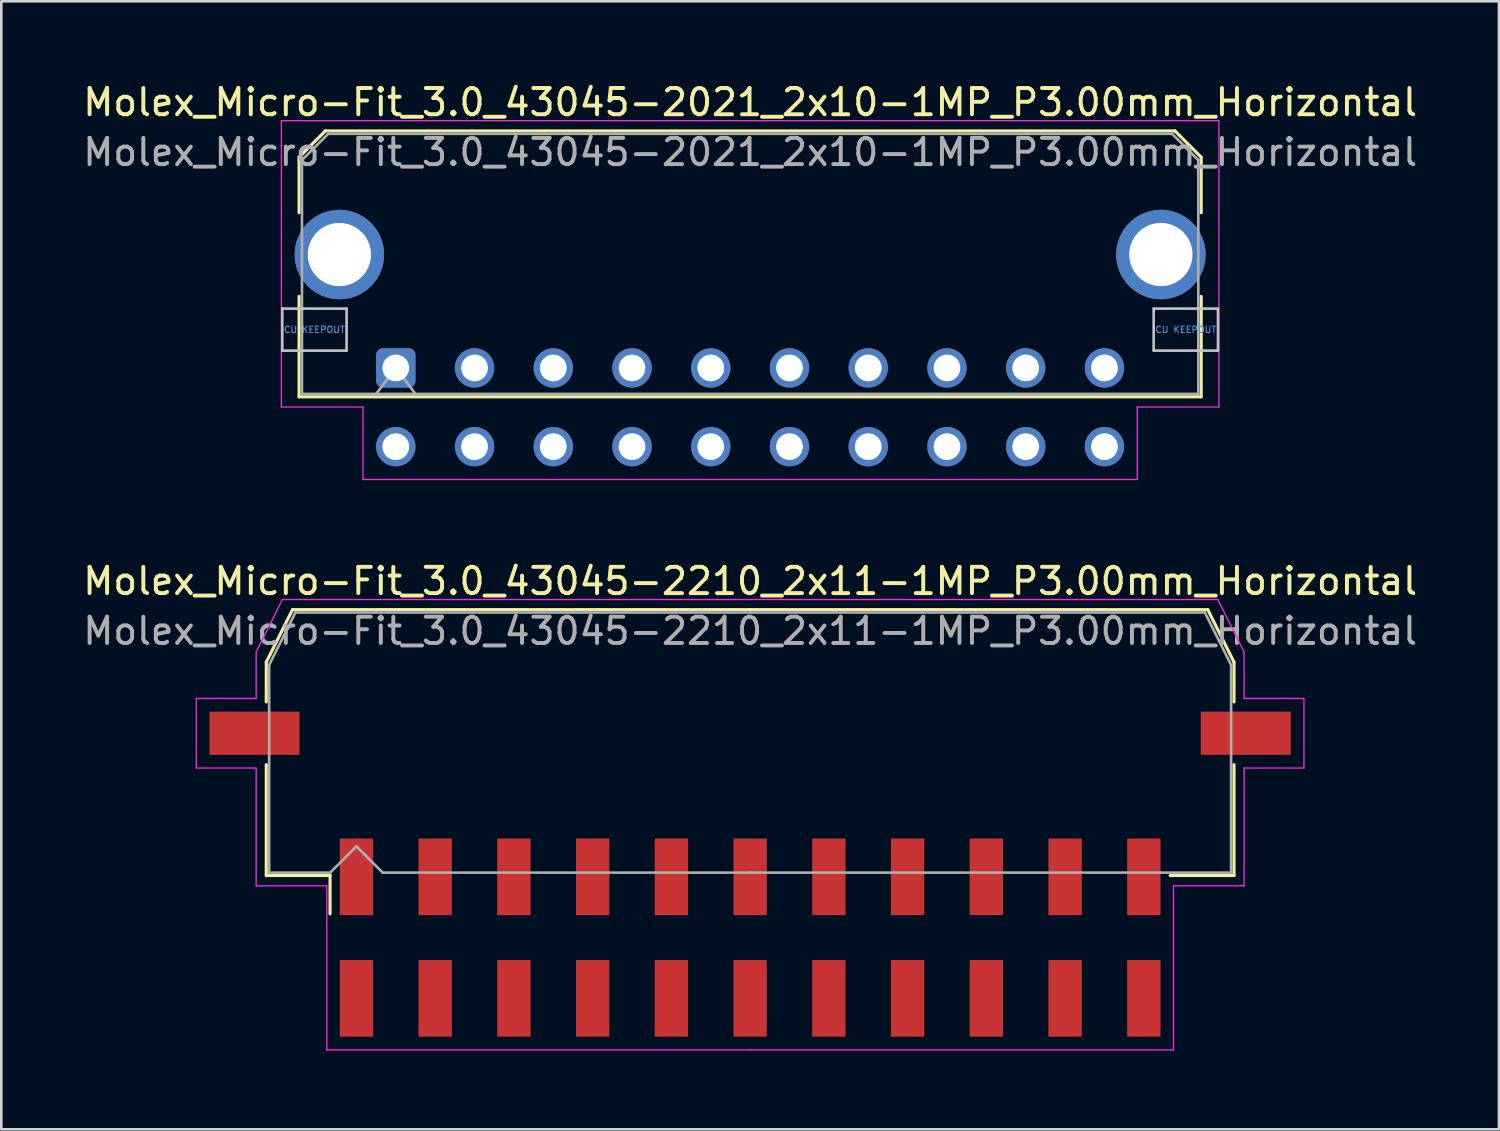
<source format=kicad_pcb>
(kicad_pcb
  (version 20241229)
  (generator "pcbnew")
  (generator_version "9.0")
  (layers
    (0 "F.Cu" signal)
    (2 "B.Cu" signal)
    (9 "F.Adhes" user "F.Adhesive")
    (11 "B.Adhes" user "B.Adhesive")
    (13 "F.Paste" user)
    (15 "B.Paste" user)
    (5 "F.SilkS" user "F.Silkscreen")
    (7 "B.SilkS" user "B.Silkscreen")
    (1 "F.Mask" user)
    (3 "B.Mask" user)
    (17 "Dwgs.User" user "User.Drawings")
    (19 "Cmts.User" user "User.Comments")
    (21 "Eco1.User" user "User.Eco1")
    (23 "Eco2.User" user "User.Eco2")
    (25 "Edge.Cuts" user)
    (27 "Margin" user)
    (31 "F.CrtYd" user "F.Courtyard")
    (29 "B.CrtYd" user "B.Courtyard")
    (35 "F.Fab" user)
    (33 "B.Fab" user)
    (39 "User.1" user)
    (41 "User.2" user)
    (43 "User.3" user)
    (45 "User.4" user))
  (footprint "Molex_Micro-Fit_3.0_43045-2210_2x11-1MP_P3.00mm_Horizontal"
    (layer "F.Cu")
    (at 25.53 32.672)
    (property "Reference" "Molex_Micro-Fit_3.0_43045-2210_2x11-1MP_P3.00mm_Horizontal" (at 0 -13.58 0) (layer "F.SilkS") (effects (font (size 1 1) (thickness 0.15))))
    (attr smd)
    (fp_line (start -18.435 -10.495) (end -18.435 -8.98) (stroke (width 0.12) (type solid)) (layer "F.SilkS"))
    (fp_line (start -18.435 -6.59) (end -18.435 -2.365) (stroke (width 0.12) (type solid)) (layer "F.SilkS"))
    (fp_line (start -18.435 -2.365) (end -16.005 -2.365) (stroke (width 0.12) (type solid)) (layer "F.SilkS"))
    (fp_line (start -17.435 -12.495) (end -18.435 -10.495) (stroke (width 0.12) (type solid)) (layer "F.SilkS"))
    (fp_line (start -16.005 -2.365) (end -16.005 -0.905) (stroke (width 0.12) (type solid)) (layer "F.SilkS"))
    (fp_line (start 0 -12.495) (end -17.435 -12.495) (stroke (width 0.12) (type solid)) (layer "F.SilkS"))
    (fp_line (start 0 -12.495) (end 17.435 -12.495) (stroke (width 0.12) (type solid)) (layer "F.SilkS"))
    (fp_line (start 17.435 -12.495) (end 18.435 -10.495) (stroke (width 0.12) (type solid)) (layer "F.SilkS"))
    (fp_line (start 18.435 -10.495) (end 18.435 -8.98) (stroke (width 0.12) (type solid)) (layer "F.SilkS"))
    (fp_line (start 18.435 -6.59) (end 18.435 -2.365) (stroke (width 0.12) (type solid)) (layer "F.SilkS"))
    (fp_line (start 18.435 -2.365) (end 16.005 -2.365) (stroke (width 0.12) (type solid)) (layer "F.SilkS"))
    (fp_line (start -21.1 -9.11) (end -21.1 -6.46) (stroke (width 0.05) (type solid)) (layer "F.CrtYd"))
    (fp_line (start -21.1 -6.46) (end -18.82 -6.46) (stroke (width 0.05) (type solid)) (layer "F.CrtYd"))
    (fp_line (start -18.82 -10.88) (end -18.82 -9.11) (stroke (width 0.05) (type solid)) (layer "F.CrtYd"))
    (fp_line (start -18.82 -9.11) (end -21.1 -9.11) (stroke (width 0.05) (type solid)) (layer "F.CrtYd"))
    (fp_line (start -18.82 -6.46) (end -18.82 -1.97) (stroke (width 0.05) (type solid)) (layer "F.CrtYd"))
    (fp_line (start -18.82 -1.97) (end -16.13 -1.97) (stroke (width 0.05) (type solid)) (layer "F.CrtYd"))
    (fp_line (start -17.82 -12.88) (end -18.82 -10.88) (stroke (width 0.05) (type solid)) (layer "F.CrtYd"))
    (fp_line (start -16.13 -1.97) (end -16.13 4.28) (stroke (width 0.05) (type solid)) (layer "F.CrtYd"))
    (fp_line (start -16.13 4.28) (end 0 4.28) (stroke (width 0.05) (type solid)) (layer "F.CrtYd"))
    (fp_line (start 0 -12.88) (end -17.82 -12.88) (stroke (width 0.05) (type solid)) (layer "F.CrtYd"))
    (fp_line (start 0 -12.88) (end 17.82 -12.88) (stroke (width 0.05) (type solid)) (layer "F.CrtYd"))
    (fp_line (start 16.13 -1.97) (end 16.13 4.28) (stroke (width 0.05) (type solid)) (layer "F.CrtYd"))
    (fp_line (start 16.13 4.28) (end 0 4.28) (stroke (width 0.05) (type solid)) (layer "F.CrtYd"))
    (fp_line (start 17.82 -12.88) (end 18.82 -10.88) (stroke (width 0.05) (type solid)) (layer "F.CrtYd"))
    (fp_line (start 18.82 -10.88) (end 18.82 -9.11) (stroke (width 0.05) (type solid)) (layer "F.CrtYd"))
    (fp_line (start 18.82 -9.11) (end 21.1 -9.11) (stroke (width 0.05) (type solid)) (layer "F.CrtYd"))
    (fp_line (start 18.82 -6.46) (end 18.82 -1.97) (stroke (width 0.05) (type solid)) (layer "F.CrtYd"))
    (fp_line (start 18.82 -1.97) (end 16.13 -1.97) (stroke (width 0.05) (type solid)) (layer "F.CrtYd"))
    (fp_line (start 21.1 -9.11) (end 21.1 -6.46) (stroke (width 0.05) (type solid)) (layer "F.CrtYd"))
    (fp_line (start 21.1 -6.46) (end 18.82 -6.46) (stroke (width 0.05) (type solid)) (layer "F.CrtYd"))
    (fp_line (start -18.325 -10.385) (end -18.325 -8.61) (stroke (width 0.1) (type solid)) (layer "F.Fab"))
    (fp_line (start -18.325 -8.61) (end -18.325 -2.475) (stroke (width 0.1) (type solid)) (layer "F.Fab"))
    (fp_line (start -18.325 -2.475) (end -16 -2.475) (stroke (width 0.1) (type solid)) (layer "F.Fab"))
    (fp_line (start -17.325 -12.385) (end -18.325 -10.385) (stroke (width 0.1) (type solid)) (layer "F.Fab"))
    (fp_line (start -16 -2.475) (end -15 -3.475) (stroke (width 0.1) (type solid)) (layer "F.Fab"))
    (fp_line (start -15 -3.475) (end -14 -2.475) (stroke (width 0.1) (type solid)) (layer "F.Fab"))
    (fp_line (start -14 -2.475) (end 0 -2.475) (stroke (width 0.1) (type solid)) (layer "F.Fab"))
    (fp_line (start 0 -12.385) (end -17.325 -12.385) (stroke (width 0.1) (type solid)) (layer "F.Fab"))
    (fp_line (start 0 -12.385) (end 17.325 -12.385) (stroke (width 0.1) (type solid)) (layer "F.Fab"))
    (fp_line (start 15.635 -2.475) (end 0 -2.475) (stroke (width 0.1) (type solid)) (layer "F.Fab"))
    (fp_line (start 17.325 -12.385) (end 18.325 -10.385) (stroke (width 0.1) (type solid)) (layer "F.Fab"))
    (fp_line (start 18.325 -10.385) (end 18.325 -8.61) (stroke (width 0.1) (type solid)) (layer "F.Fab"))
    (fp_line (start 18.325 -8.61) (end 18.325 -2.475) (stroke (width 0.1) (type solid)) (layer "F.Fab"))
    (fp_line (start 18.325 -2.475) (end 15.635 -2.475) (stroke (width 0.1) (type solid)) (layer "F.Fab"))
    (fp_text user "${REFERENCE}" (at 0 -11.68 0) (layer "F.Fab") (effects (font (size 1 1) (thickness 0.15))))
    (pad "1" smd rect (at -15 -2.315) (size 1.27 2.92) (layers "F.Cu" "F.Mask" "F.Paste"))
    (pad "2" smd rect (at -12 -2.315) (size 1.27 2.92) (layers "F.Cu" "F.Mask" "F.Paste"))
    (pad "3" smd rect (at -9 -2.315) (size 1.27 2.92) (layers "F.Cu" "F.Mask" "F.Paste"))
    (pad "4" smd rect (at -6 -2.315) (size 1.27 2.92) (layers "F.Cu" "F.Mask" "F.Paste"))
    (pad "5" smd rect (at -3 -2.315) (size 1.27 2.92) (layers "F.Cu" "F.Mask" "F.Paste"))
    (pad "6" smd rect (at 0 -2.315) (size 1.27 2.92) (layers "F.Cu" "F.Mask" "F.Paste"))
    (pad "7" smd rect (at 3 -2.315) (size 1.27 2.92) (layers "F.Cu" "F.Mask" "F.Paste"))
    (pad "8" smd rect (at 6 -2.315) (size 1.27 2.92) (layers "F.Cu" "F.Mask" "F.Paste"))
    (pad "9" smd rect (at 9 -2.315) (size 1.27 2.92) (layers "F.Cu" "F.Mask" "F.Paste"))
    (pad "10" smd rect (at 12 -2.315) (size 1.27 2.92) (layers "F.Cu" "F.Mask" "F.Paste"))
    (pad "11" smd rect (at 15 -2.315) (size 1.27 2.92) (layers "F.Cu" "F.Mask" "F.Paste"))
    (pad "12" smd rect (at -15 2.315) (size 1.27 2.92) (layers "F.Cu" "F.Mask" "F.Paste"))
    (pad "13" smd rect (at -12 2.315) (size 1.27 2.92) (layers "F.Cu" "F.Mask" "F.Paste"))
    (pad "14" smd rect (at -9 2.315) (size 1.27 2.92) (layers "F.Cu" "F.Mask" "F.Paste"))
    (pad "15" smd rect (at -6 2.315) (size 1.27 2.92) (layers "F.Cu" "F.Mask" "F.Paste"))
    (pad "16" smd rect (at -3 2.315) (size 1.27 2.92) (layers "F.Cu" "F.Mask" "F.Paste"))
    (pad "17" smd rect (at 0 2.315) (size 1.27 2.92) (layers "F.Cu" "F.Mask" "F.Paste"))
    (pad "18" smd rect (at 3 2.315) (size 1.27 2.92) (layers "F.Cu" "F.Mask" "F.Paste"))
    (pad "19" smd rect (at 6 2.315) (size 1.27 2.92) (layers "F.Cu" "F.Mask" "F.Paste"))
    (pad "20" smd rect (at 9 2.315) (size 1.27 2.92) (layers "F.Cu" "F.Mask" "F.Paste"))
    (pad "21" smd rect (at 12 2.315) (size 1.27 2.92) (layers "F.Cu" "F.Mask" "F.Paste"))
    (pad "22" smd rect (at 15 2.315) (size 1.27 2.92) (layers "F.Cu" "F.Mask" "F.Paste"))
    (pad "MP" smd rect (at -18.885 -7.785) (size 3.43 1.65) (layers "F.Cu" "F.Mask" "F.Paste"))
    (pad "MP" smd rect (at 18.885 -7.785) (size 3.43 1.65) (layers "F.Cu" "F.Mask" "F.Paste")))
  (footprint "Molex_Micro-Fit_3.0_43045-2021_2x10-1MP_P3.00mm_Horizontal"
    (layer "F.Cu")
    (at 12.03 10.968)
    (property "Reference" "Molex_Micro-Fit_3.0_43045-2021_2x10-1MP_P3.00mm_Horizontal" (at 13.5 -10.12 0) (layer "F.SilkS") (effects (font (size 1 1) (thickness 0.15))))
    (attr through_hole)
    (fp_line (start -3.685 -8.03) (end -2.685 -9.03) (stroke (width 0.12) (type solid)) (layer "F.SilkS"))
    (fp_line (start -3.685 -5.915) (end -3.685 -8.03) (stroke (width 0.12) (type solid)) (layer "F.SilkS"))
    (fp_line (start -3.685 -2.725) (end -3.685 1.1) (stroke (width 0.12) (type solid)) (layer "F.SilkS"))
    (fp_line (start -3.685 1.1) (end 30.685 1.1) (stroke (width 0.12) (type solid)) (layer "F.SilkS"))
    (fp_line (start -2.685 -9.03) (end 29.685 -9.03) (stroke (width 0.12) (type solid)) (layer "F.SilkS"))
    (fp_line (start 29.685 -9.03) (end 30.685 -8.03) (stroke (width 0.12) (type solid)) (layer "F.SilkS"))
    (fp_line (start 30.685 -8.03) (end 30.685 -5.915) (stroke (width 0.12) (type solid)) (layer "F.SilkS"))
    (fp_line (start 30.685 1.1) (end 30.685 -2.725) (stroke (width 0.12) (type solid)) (layer "F.SilkS"))
    (fp_line (start -4.325 -2.26) (end -4.325 -0.66) (stroke (width 0.1) (type solid)) (layer "Dwgs.User"))
    (fp_line (start -4.325 -0.66) (end -1.875 -0.66) (stroke (width 0.1) (type solid)) (layer "Dwgs.User"))
    (fp_line (start -1.875 -2.26) (end -4.325 -2.26) (stroke (width 0.1) (type solid)) (layer "Dwgs.User"))
    (fp_line (start -1.875 -0.66) (end -1.875 -2.26) (stroke (width 0.1) (type solid)) (layer "Dwgs.User"))
    (fp_line (start 28.875 -2.26) (end 28.875 -0.66) (stroke (width 0.1) (type solid)) (layer "Dwgs.User"))
    (fp_line (start 28.875 -0.66) (end 31.325 -0.66) (stroke (width 0.1) (type solid)) (layer "Dwgs.User"))
    (fp_line (start 31.325 -2.26) (end 28.875 -2.26) (stroke (width 0.1) (type solid)) (layer "Dwgs.User"))
    (fp_line (start 31.325 -0.66) (end 31.325 -2.26) (stroke (width 0.1) (type solid)) (layer "Dwgs.User"))
    (fp_line (start -4.36 -9.42) (end 31.36 -9.42) (stroke (width 0.05) (type solid)) (layer "F.CrtYd"))
    (fp_line (start -4.36 1.49) (end -4.36 -9.42) (stroke (width 0.05) (type solid)) (layer "F.CrtYd"))
    (fp_line (start -1.25 1.49) (end -4.36 1.49) (stroke (width 0.05) (type solid)) (layer "F.CrtYd"))
    (fp_line (start -1.25 4.25) (end -1.25 1.49) (stroke (width 0.05) (type solid)) (layer "F.CrtYd"))
    (fp_line (start 28.25 1.49) (end 28.25 4.25) (stroke (width 0.05) (type solid)) (layer "F.CrtYd"))
    (fp_line (start 28.25 4.25) (end -1.25 4.25) (stroke (width 0.05) (type solid)) (layer "F.CrtYd"))
    (fp_line (start 31.36 -9.42) (end 31.36 1.49) (stroke (width 0.05) (type solid)) (layer "F.CrtYd"))
    (fp_line (start 31.36 1.49) (end 28.25 1.49) (stroke (width 0.05) (type solid)) (layer "F.CrtYd"))
    (fp_line (start -3.575 -7.92) (end -2.575 -8.92) (stroke (width 0.1) (type solid)) (layer "F.Fab"))
    (fp_line (start -3.575 0.99) (end -3.575 -7.92) (stroke (width 0.1) (type solid)) (layer "F.Fab"))
    (fp_line (start -2.575 -8.92) (end 29.575 -8.92) (stroke (width 0.1) (type solid)) (layer "F.Fab"))
    (fp_line (start -0.75 0.99) (end 0 0) (stroke (width 0.1) (type solid)) (layer "F.Fab"))
    (fp_line (start 0 0) (end 0.75 0.99) (stroke (width 0.1) (type solid)) (layer "F.Fab"))
    (fp_line (start 29.575 -8.92) (end 30.575 -7.92) (stroke (width 0.1) (type solid)) (layer "F.Fab"))
    (fp_line (start 30.575 -7.92) (end 30.575 0.99) (stroke (width 0.1) (type solid)) (layer "F.Fab"))
    (fp_line (start 30.575 0.99) (end -3.575 0.99) (stroke (width 0.1) (type solid)) (layer "F.Fab"))
    (fp_text user "CU KEEPOUT" (at 30.1 -1.46 0) (layer "Cmts.User") (effects (font (size 0.245 0.245) (thickness 0.037))))
    (fp_text user "CU KEEPOUT" (at -3.1 -1.46 0) (layer "Cmts.User") (effects (font (size 0.245 0.245) (thickness 0.037))))
    (fp_text user "${REFERENCE}" (at 13.5 -8.22 0) (layer "F.Fab") (effects (font (size 1 1) (thickness 0.15))))
    (pad "1" thru_hole roundrect (at 0 0) (size 1.5 1.5) (drill 1.02) (layers "*.Cu" "*.Mask") (roundrect_rratio 0.167))
    (pad "2" thru_hole circle (at 3 0) (size 1.5 1.5) (drill 1.02) (layers "*.Cu" "*.Mask"))
    (pad "3" thru_hole circle (at 6 0) (size 1.5 1.5) (drill 1.02) (layers "*.Cu" "*.Mask"))
    (pad "4" thru_hole circle (at 9 0) (size 1.5 1.5) (drill 1.02) (layers "*.Cu" "*.Mask"))
    (pad "5" thru_hole circle (at 12 0) (size 1.5 1.5) (drill 1.02) (layers "*.Cu" "*.Mask"))
    (pad "6" thru_hole circle (at 15 0) (size 1.5 1.5) (drill 1.02) (layers "*.Cu" "*.Mask"))
    (pad "7" thru_hole circle (at 18 0) (size 1.5 1.5) (drill 1.02) (layers "*.Cu" "*.Mask"))
    (pad "8" thru_hole circle (at 21 0) (size 1.5 1.5) (drill 1.02) (layers "*.Cu" "*.Mask"))
    (pad "9" thru_hole circle (at 24 0) (size 1.5 1.5) (drill 1.02) (layers "*.Cu" "*.Mask"))
    (pad "10" thru_hole circle (at 27 0) (size 1.5 1.5) (drill 1.02) (layers "*.Cu" "*.Mask"))
    (pad "11" thru_hole circle (at 0 3) (size 1.5 1.5) (drill 1.02) (layers "*.Cu" "*.Mask"))
    (pad "12" thru_hole circle (at 3 3) (size 1.5 1.5) (drill 1.02) (layers "*.Cu" "*.Mask"))
    (pad "13" thru_hole circle (at 6 3) (size 1.5 1.5) (drill 1.02) (layers "*.Cu" "*.Mask"))
    (pad "14" thru_hole circle (at 9 3) (size 1.5 1.5) (drill 1.02) (layers "*.Cu" "*.Mask"))
    (pad "15" thru_hole circle (at 12 3) (size 1.5 1.5) (drill 1.02) (layers "*.Cu" "*.Mask"))
    (pad "16" thru_hole circle (at 15 3) (size 1.5 1.5) (drill 1.02) (layers "*.Cu" "*.Mask"))
    (pad "17" thru_hole circle (at 18 3) (size 1.5 1.5) (drill 1.02) (layers "*.Cu" "*.Mask"))
    (pad "18" thru_hole circle (at 21 3) (size 1.5 1.5) (drill 1.02) (layers "*.Cu" "*.Mask"))
    (pad "19" thru_hole circle (at 24 3) (size 1.5 1.5) (drill 1.02) (layers "*.Cu" "*.Mask"))
    (pad "20" thru_hole circle (at 27 3) (size 1.5 1.5) (drill 1.02) (layers "*.Cu" "*.Mask"))
    (pad "MP" thru_hole circle (at -2.15 -4.32) (size 3.41 3.41) (drill 2.41) (layers "*.Cu" "*.Mask"))
    (pad "MP" thru_hole circle (at 29.15 -4.32) (size 3.41 3.41) (drill 2.41) (layers "*.Cu" "*.Mask")))
  (gr_rect
    (start -3 -3)
    (end 54.06 39.977)
    (stroke (width 0.1) (type default))
    (fill no)
    (layer "Edge.Cuts")))
</source>
